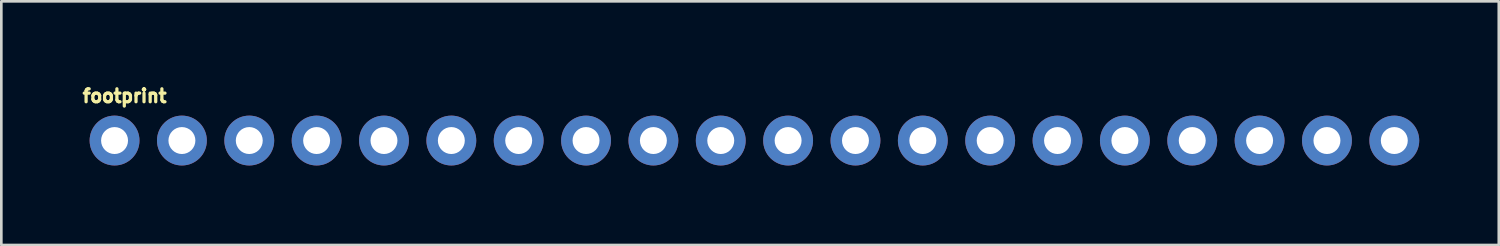
<source format=kicad_pcb>
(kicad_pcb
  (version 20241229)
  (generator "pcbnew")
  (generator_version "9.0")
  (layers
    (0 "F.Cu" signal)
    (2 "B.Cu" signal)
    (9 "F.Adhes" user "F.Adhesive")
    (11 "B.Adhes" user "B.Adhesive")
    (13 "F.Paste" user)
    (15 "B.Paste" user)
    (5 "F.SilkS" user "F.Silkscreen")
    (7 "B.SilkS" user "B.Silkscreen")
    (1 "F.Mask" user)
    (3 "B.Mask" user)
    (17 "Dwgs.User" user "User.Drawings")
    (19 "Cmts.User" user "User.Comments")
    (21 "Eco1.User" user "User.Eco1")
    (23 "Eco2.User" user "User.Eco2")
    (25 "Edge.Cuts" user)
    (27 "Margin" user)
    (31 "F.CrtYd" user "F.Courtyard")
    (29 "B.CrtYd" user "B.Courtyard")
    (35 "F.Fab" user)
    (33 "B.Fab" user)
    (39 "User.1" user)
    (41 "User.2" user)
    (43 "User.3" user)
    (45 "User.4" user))
  (footprint "footprint"
    (layer "F.Cu")
    (at 1.27 2.25)
    (property "Reference" "footprint" (at -1.27 -1.397 0) (layer "F.SilkS") (effects (font (size 0.488 0.488) (thickness 0.122)) (justify left bottom)))
    (fp_poly (pts (xy -0.254 0.254) (xy 0.254 0.254) (xy 0.254 -0.254) (xy -0.254 -0.254)) (stroke (width 0.1) (type solid)) (fill no) (layer "F.Fab"))
    (fp_poly (pts (xy 2.286 0.254) (xy 2.794 0.254) (xy 2.794 -0.254) (xy 2.286 -0.254)) (stroke (width 0.1) (type solid)) (fill no) (layer "F.Fab"))
    (fp_poly (pts (xy 4.826 0.254) (xy 5.334 0.254) (xy 5.334 -0.254) (xy 4.826 -0.254)) (stroke (width 0.1) (type solid)) (fill no) (layer "F.Fab"))
    (fp_poly (pts (xy 7.366 0.254) (xy 7.874 0.254) (xy 7.874 -0.254) (xy 7.366 -0.254)) (stroke (width 0.1) (type solid)) (fill no) (layer "F.Fab"))
    (fp_poly (pts (xy 9.906 0.254) (xy 10.414 0.254) (xy 10.414 -0.254) (xy 9.906 -0.254)) (stroke (width 0.1) (type solid)) (fill no) (layer "F.Fab"))
    (fp_poly (pts (xy 12.446 0.254) (xy 12.954 0.254) (xy 12.954 -0.254) (xy 12.446 -0.254)) (stroke (width 0.1) (type solid)) (fill no) (layer "F.Fab"))
    (fp_poly (pts (xy 14.986 0.254) (xy 15.494 0.254) (xy 15.494 -0.254) (xy 14.986 -0.254)) (stroke (width 0.1) (type solid)) (fill no) (layer "F.Fab"))
    (fp_poly (pts (xy 17.526 0.254) (xy 18.034 0.254) (xy 18.034 -0.254) (xy 17.526 -0.254)) (stroke (width 0.1) (type solid)) (fill no) (layer "F.Fab"))
    (fp_poly (pts (xy 20.066 0.254) (xy 20.574 0.254) (xy 20.574 -0.254) (xy 20.066 -0.254)) (stroke (width 0.1) (type solid)) (fill no) (layer "F.Fab"))
    (fp_poly (pts (xy 22.606 0.254) (xy 23.114 0.254) (xy 23.114 -0.254) (xy 22.606 -0.254)) (stroke (width 0.1) (type solid)) (fill no) (layer "F.Fab"))
    (fp_poly (pts (xy 25.146 0.254) (xy 25.654 0.254) (xy 25.654 -0.254) (xy 25.146 -0.254)) (stroke (width 0.1) (type solid)) (fill no) (layer "F.Fab"))
    (fp_poly (pts (xy 27.686 0.254) (xy 28.194 0.254) (xy 28.194 -0.254) (xy 27.686 -0.254)) (stroke (width 0.1) (type solid)) (fill no) (layer "F.Fab"))
    (fp_poly (pts (xy 30.226 0.254) (xy 30.734 0.254) (xy 30.734 -0.254) (xy 30.226 -0.254)) (stroke (width 0.1) (type solid)) (fill no) (layer "F.Fab"))
    (fp_poly (pts (xy 32.766 0.254) (xy 33.274 0.254) (xy 33.274 -0.254) (xy 32.766 -0.254)) (stroke (width 0.1) (type solid)) (fill no) (layer "F.Fab"))
    (fp_poly (pts (xy 35.306 0.254) (xy 35.814 0.254) (xy 35.814 -0.254) (xy 35.306 -0.254)) (stroke (width 0.1) (type solid)) (fill no) (layer "F.Fab"))
    (fp_poly (pts (xy 37.846 0.254) (xy 38.354 0.254) (xy 38.354 -0.254) (xy 37.846 -0.254)) (stroke (width 0.1) (type solid)) (fill no) (layer "F.Fab"))
    (fp_poly (pts (xy 40.386 0.254) (xy 40.894 0.254) (xy 40.894 -0.254) (xy 40.386 -0.254)) (stroke (width 0.1) (type solid)) (fill no) (layer "F.Fab"))
    (fp_poly (pts (xy 42.926 0.254) (xy 43.434 0.254) (xy 43.434 -0.254) (xy 42.926 -0.254)) (stroke (width 0.1) (type solid)) (fill no) (layer "F.Fab"))
    (fp_poly (pts (xy 45.466 0.254) (xy 45.974 0.254) (xy 45.974 -0.254) (xy 45.466 -0.254)) (stroke (width 0.1) (type solid)) (fill no) (layer "F.Fab"))
    (fp_poly (pts (xy 48.006 0.254) (xy 48.514 0.254) (xy 48.514 -0.254) (xy 48.006 -0.254)) (stroke (width 0.1) (type solid)) (fill no) (layer "F.Fab"))
    (pad "1" thru_hole circle (at 0 0 90) (size 1.88 1.88) (drill 1.016) (layers "*.Cu" "*.Mask"))
    (pad "2" thru_hole circle (at 2.54 0 90) (size 1.88 1.88) (drill 1.016) (layers "*.Cu" "*.Mask"))
    (pad "3" thru_hole circle (at 5.08 0 90) (size 1.88 1.88) (drill 1.016) (layers "*.Cu" "*.Mask"))
    (pad "4" thru_hole circle (at 7.62 0 90) (size 1.88 1.88) (drill 1.016) (layers "*.Cu" "*.Mask"))
    (pad "5" thru_hole circle (at 10.16 0 90) (size 1.88 1.88) (drill 1.016) (layers "*.Cu" "*.Mask"))
    (pad "6" thru_hole circle (at 12.7 0 90) (size 1.88 1.88) (drill 1.016) (layers "*.Cu" "*.Mask"))
    (pad "7" thru_hole circle (at 15.24 0 90) (size 1.88 1.88) (drill 1.016) (layers "*.Cu" "*.Mask"))
    (pad "8" thru_hole circle (at 17.78 0 90) (size 1.88 1.88) (drill 1.016) (layers "*.Cu" "*.Mask"))
    (pad "9" thru_hole circle (at 20.32 0 90) (size 1.88 1.88) (drill 1.016) (layers "*.Cu" "*.Mask"))
    (pad "10" thru_hole circle (at 22.86 0 90) (size 1.88 1.88) (drill 1.016) (layers "*.Cu" "*.Mask"))
    (pad "11" thru_hole circle (at 25.4 0 90) (size 1.88 1.88) (drill 1.016) (layers "*.Cu" "*.Mask"))
    (pad "12" thru_hole circle (at 27.94 0 90) (size 1.88 1.88) (drill 1.016) (layers "*.Cu" "*.Mask"))
    (pad "13" thru_hole circle (at 30.48 0 90) (size 1.88 1.88) (drill 1.016) (layers "*.Cu" "*.Mask"))
    (pad "14" thru_hole circle (at 33.02 0 90) (size 1.88 1.88) (drill 1.016) (layers "*.Cu" "*.Mask"))
    (pad "15" thru_hole circle (at 35.56 0 90) (size 1.88 1.88) (drill 1.016) (layers "*.Cu" "*.Mask"))
    (pad "16" thru_hole circle (at 38.1 0 90) (size 1.88 1.88) (drill 1.016) (layers "*.Cu" "*.Mask"))
    (pad "17" thru_hole circle (at 40.64 0 90) (size 1.88 1.88) (drill 1.016) (layers "*.Cu" "*.Mask"))
    (pad "18" thru_hole circle (at 43.18 0 90) (size 1.88 1.88) (drill 1.016) (layers "*.Cu" "*.Mask"))
    (pad "19" thru_hole circle (at 45.72 0 90) (size 1.88 1.88) (drill 1.016) (layers "*.Cu" "*.Mask"))
    (pad "20" thru_hole circle (at 48.26 0 90) (size 1.88 1.88) (drill 1.016) (layers "*.Cu" "*.Mask")))
  (gr_rect
    (start -3 -3)
    (end 53.47 6.19)
    (stroke (width 0.1) (type default))
    (fill no)
    (layer "Edge.Cuts")))
</source>
